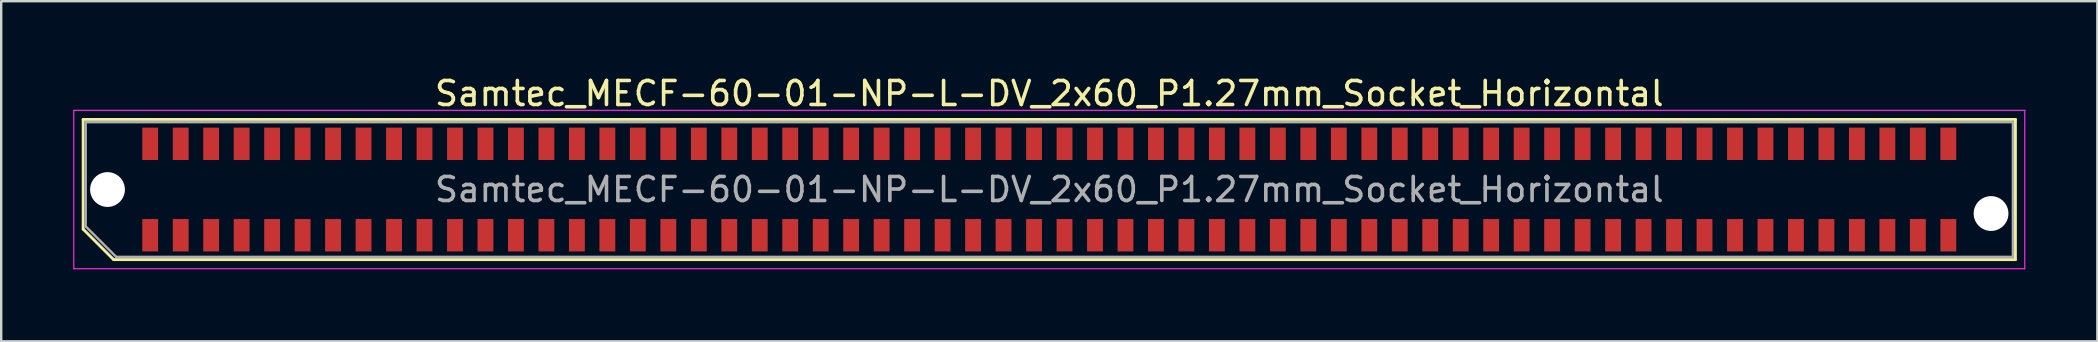
<source format=kicad_pcb>
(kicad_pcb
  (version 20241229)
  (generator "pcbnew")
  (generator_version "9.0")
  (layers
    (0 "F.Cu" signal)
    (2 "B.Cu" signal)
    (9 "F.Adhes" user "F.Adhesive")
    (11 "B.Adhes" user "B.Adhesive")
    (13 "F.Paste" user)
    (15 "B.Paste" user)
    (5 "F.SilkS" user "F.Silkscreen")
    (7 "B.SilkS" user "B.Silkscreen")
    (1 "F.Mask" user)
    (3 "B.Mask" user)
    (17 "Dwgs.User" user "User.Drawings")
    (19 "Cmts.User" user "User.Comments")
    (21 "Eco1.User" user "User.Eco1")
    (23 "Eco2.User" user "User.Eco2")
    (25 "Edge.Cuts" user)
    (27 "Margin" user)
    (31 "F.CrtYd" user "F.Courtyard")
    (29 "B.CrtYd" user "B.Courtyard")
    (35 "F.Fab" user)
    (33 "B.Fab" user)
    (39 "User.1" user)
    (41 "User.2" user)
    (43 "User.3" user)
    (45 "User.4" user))
  (footprint "Samtec_MECF-60-01-NP-L-DV_2x60_P1.27mm_Socket_Horizontal"
    (layer "F.Cu")
    (at 40.675 4.848)
    (property "Reference" "Samtec_MECF-60-01-NP-L-DV_2x60_P1.27mm_Socket_Horizontal" (at 0 -4 0) (layer "F.SilkS") (effects (font (size 1 1) (thickness 0.15))))
    (attr smd)
    (fp_line (start -40.26 -2.92) (end 40.26 -2.92) (stroke (width 0.12) (type solid)) (layer "F.SilkS"))
    (fp_line (start -40.26 1.65) (end -40.26 -2.92) (stroke (width 0.12) (type solid)) (layer "F.SilkS"))
    (fp_line (start -38.99 2.92) (end -40.26 1.65) (stroke (width 0.12) (type solid)) (layer "F.SilkS"))
    (fp_line (start -38.99 2.92) (end 40.26 2.92) (stroke (width 0.12) (type solid)) (layer "F.SilkS"))
    (fp_line (start 40.26 2.92) (end 40.26 -2.92) (stroke (width 0.12) (type solid)) (layer "F.SilkS"))
    (fp_line (start -40.65 -3.3) (end -40.65 3.3) (stroke (width 0.05) (type solid)) (layer "F.CrtYd"))
    (fp_line (start -40.65 3.3) (end 40.65 3.3) (stroke (width 0.05) (type solid)) (layer "F.CrtYd"))
    (fp_line (start 40.65 -3.3) (end -40.65 -3.3) (stroke (width 0.05) (type solid)) (layer "F.CrtYd"))
    (fp_line (start 40.65 3.3) (end 40.65 -3.3) (stroke (width 0.05) (type solid)) (layer "F.CrtYd"))
    (fp_line (start -40.155 -2.805) (end 40.155 -2.805) (stroke (width 0.1) (type solid)) (layer "F.Fab"))
    (fp_line (start -40.155 1.535) (end -40.155 -2.805) (stroke (width 0.1) (type solid)) (layer "F.Fab"))
    (fp_line (start -40.155 1.535) (end -38.885 2.805) (stroke (width 0.1) (type solid)) (layer "F.Fab"))
    (fp_line (start -38.885 2.805) (end 40.155 2.805) (stroke (width 0.1) (type solid)) (layer "F.Fab"))
    (fp_line (start 40.155 2.805) (end 40.155 -2.805) (stroke (width 0.1) (type solid)) (layer "F.Fab"))
    (fp_text user "${REFERENCE}" (at 0 0 0) (layer "F.Fab") (effects (font (size 1 1) (thickness 0.15))))
    (pad "" np_thru_hole circle (at -39.245 0) (size 1.45 1.45) (drill 1.45) (layers "*.Cu" "*.Mask"))
    (pad "" np_thru_hole circle (at 39.245 1) (size 1.45 1.45) (drill 1.45) (layers "*.Cu" "*.Mask"))
    (pad "1" smd rect (at -37.465 1.905) (size 0.66 1.35) (layers "F.Cu" "F.Mask" "F.Paste"))
    (pad "2" smd rect (at -37.465 -1.905) (size 0.66 1.35) (layers "F.Cu" "F.Mask" "F.Paste"))
    (pad "3" smd rect (at -36.195 1.905) (size 0.66 1.35) (layers "F.Cu" "F.Mask" "F.Paste"))
    (pad "4" smd rect (at -36.195 -1.905) (size 0.66 1.35) (layers "F.Cu" "F.Mask" "F.Paste"))
    (pad "5" smd rect (at -34.925 1.905) (size 0.66 1.35) (layers "F.Cu" "F.Mask" "F.Paste"))
    (pad "6" smd rect (at -34.925 -1.905) (size 0.66 1.35) (layers "F.Cu" "F.Mask" "F.Paste"))
    (pad "7" smd rect (at -33.655 1.905) (size 0.66 1.35) (layers "F.Cu" "F.Mask" "F.Paste"))
    (pad "8" smd rect (at -33.655 -1.905) (size 0.66 1.35) (layers "F.Cu" "F.Mask" "F.Paste"))
    (pad "9" smd rect (at -32.385 1.905) (size 0.66 1.35) (layers "F.Cu" "F.Mask" "F.Paste"))
    (pad "10" smd rect (at -32.385 -1.905) (size 0.66 1.35) (layers "F.Cu" "F.Mask" "F.Paste"))
    (pad "11" smd rect (at -31.115 1.905) (size 0.66 1.35) (layers "F.Cu" "F.Mask" "F.Paste"))
    (pad "12" smd rect (at -31.115 -1.905) (size 0.66 1.35) (layers "F.Cu" "F.Mask" "F.Paste"))
    (pad "13" smd rect (at -29.845 1.905) (size 0.66 1.35) (layers "F.Cu" "F.Mask" "F.Paste"))
    (pad "14" smd rect (at -29.845 -1.905) (size 0.66 1.35) (layers "F.Cu" "F.Mask" "F.Paste"))
    (pad "15" smd rect (at -28.575 1.905) (size 0.66 1.35) (layers "F.Cu" "F.Mask" "F.Paste"))
    (pad "16" smd rect (at -28.575 -1.905) (size 0.66 1.35) (layers "F.Cu" "F.Mask" "F.Paste"))
    (pad "17" smd rect (at -27.305 1.905) (size 0.66 1.35) (layers "F.Cu" "F.Mask" "F.Paste"))
    (pad "18" smd rect (at -27.305 -1.905) (size 0.66 1.35) (layers "F.Cu" "F.Mask" "F.Paste"))
    (pad "19" smd rect (at -26.035 1.905) (size 0.66 1.35) (layers "F.Cu" "F.Mask" "F.Paste"))
    (pad "20" smd rect (at -26.035 -1.905) (size 0.66 1.35) (layers "F.Cu" "F.Mask" "F.Paste"))
    (pad "21" smd rect (at -24.765 1.905) (size 0.66 1.35) (layers "F.Cu" "F.Mask" "F.Paste"))
    (pad "22" smd rect (at -24.765 -1.905) (size 0.66 1.35) (layers "F.Cu" "F.Mask" "F.Paste"))
    (pad "23" smd rect (at -23.495 1.905) (size 0.66 1.35) (layers "F.Cu" "F.Mask" "F.Paste"))
    (pad "24" smd rect (at -23.495 -1.905) (size 0.66 1.35) (layers "F.Cu" "F.Mask" "F.Paste"))
    (pad "25" smd rect (at -22.225 1.905) (size 0.66 1.35) (layers "F.Cu" "F.Mask" "F.Paste"))
    (pad "26" smd rect (at -22.225 -1.905) (size 0.66 1.35) (layers "F.Cu" "F.Mask" "F.Paste"))
    (pad "27" smd rect (at -20.955 1.905) (size 0.66 1.35) (layers "F.Cu" "F.Mask" "F.Paste"))
    (pad "28" smd rect (at -20.955 -1.905) (size 0.66 1.35) (layers "F.Cu" "F.Mask" "F.Paste"))
    (pad "29" smd rect (at -19.685 1.905) (size 0.66 1.35) (layers "F.Cu" "F.Mask" "F.Paste"))
    (pad "30" smd rect (at -19.685 -1.905) (size 0.66 1.35) (layers "F.Cu" "F.Mask" "F.Paste"))
    (pad "31" smd rect (at -18.415 1.905) (size 0.66 1.35) (layers "F.Cu" "F.Mask" "F.Paste"))
    (pad "32" smd rect (at -18.415 -1.905) (size 0.66 1.35) (layers "F.Cu" "F.Mask" "F.Paste"))
    (pad "33" smd rect (at -17.145 1.905) (size 0.66 1.35) (layers "F.Cu" "F.Mask" "F.Paste"))
    (pad "34" smd rect (at -17.145 -1.905) (size 0.66 1.35) (layers "F.Cu" "F.Mask" "F.Paste"))
    (pad "35" smd rect (at -15.875 1.905) (size 0.66 1.35) (layers "F.Cu" "F.Mask" "F.Paste"))
    (pad "36" smd rect (at -15.875 -1.905) (size 0.66 1.35) (layers "F.Cu" "F.Mask" "F.Paste"))
    (pad "37" smd rect (at -14.605 1.905) (size 0.66 1.35) (layers "F.Cu" "F.Mask" "F.Paste"))
    (pad "38" smd rect (at -14.605 -1.905) (size 0.66 1.35) (layers "F.Cu" "F.Mask" "F.Paste"))
    (pad "39" smd rect (at -13.335 1.905) (size 0.66 1.35) (layers "F.Cu" "F.Mask" "F.Paste"))
    (pad "40" smd rect (at -13.335 -1.905) (size 0.66 1.35) (layers "F.Cu" "F.Mask" "F.Paste"))
    (pad "41" smd rect (at -12.065 1.905) (size 0.66 1.35) (layers "F.Cu" "F.Mask" "F.Paste"))
    (pad "42" smd rect (at -12.065 -1.905) (size 0.66 1.35) (layers "F.Cu" "F.Mask" "F.Paste"))
    (pad "43" smd rect (at -10.795 1.905) (size 0.66 1.35) (layers "F.Cu" "F.Mask" "F.Paste"))
    (pad "44" smd rect (at -10.795 -1.905) (size 0.66 1.35) (layers "F.Cu" "F.Mask" "F.Paste"))
    (pad "45" smd rect (at -9.525 1.905) (size 0.66 1.35) (layers "F.Cu" "F.Mask" "F.Paste"))
    (pad "46" smd rect (at -9.525 -1.905) (size 0.66 1.35) (layers "F.Cu" "F.Mask" "F.Paste"))
    (pad "47" smd rect (at -8.255 1.905) (size 0.66 1.35) (layers "F.Cu" "F.Mask" "F.Paste"))
    (pad "48" smd rect (at -8.255 -1.905) (size 0.66 1.35) (layers "F.Cu" "F.Mask" "F.Paste"))
    (pad "49" smd rect (at -6.985 1.905) (size 0.66 1.35) (layers "F.Cu" "F.Mask" "F.Paste"))
    (pad "50" smd rect (at -6.985 -1.905) (size 0.66 1.35) (layers "F.Cu" "F.Mask" "F.Paste"))
    (pad "51" smd rect (at -5.715 1.905) (size 0.66 1.35) (layers "F.Cu" "F.Mask" "F.Paste"))
    (pad "52" smd rect (at -5.715 -1.905) (size 0.66 1.35) (layers "F.Cu" "F.Mask" "F.Paste"))
    (pad "53" smd rect (at -4.445 1.905) (size 0.66 1.35) (layers "F.Cu" "F.Mask" "F.Paste"))
    (pad "54" smd rect (at -4.445 -1.905) (size 0.66 1.35) (layers "F.Cu" "F.Mask" "F.Paste"))
    (pad "55" smd rect (at -3.175 1.905) (size 0.66 1.35) (layers "F.Cu" "F.Mask" "F.Paste"))
    (pad "56" smd rect (at -3.175 -1.905) (size 0.66 1.35) (layers "F.Cu" "F.Mask" "F.Paste"))
    (pad "57" smd rect (at -1.905 1.905) (size 0.66 1.35) (layers "F.Cu" "F.Mask" "F.Paste"))
    (pad "58" smd rect (at -1.905 -1.905) (size 0.66 1.35) (layers "F.Cu" "F.Mask" "F.Paste"))
    (pad "59" smd rect (at -0.635 1.905) (size 0.66 1.35) (layers "F.Cu" "F.Mask" "F.Paste"))
    (pad "60" smd rect (at -0.635 -1.905) (size 0.66 1.35) (layers "F.Cu" "F.Mask" "F.Paste"))
    (pad "61" smd rect (at 0.635 1.905) (size 0.66 1.35) (layers "F.Cu" "F.Mask" "F.Paste"))
    (pad "62" smd rect (at 0.635 -1.905) (size 0.66 1.35) (layers "F.Cu" "F.Mask" "F.Paste"))
    (pad "63" smd rect (at 1.905 1.905) (size 0.66 1.35) (layers "F.Cu" "F.Mask" "F.Paste"))
    (pad "64" smd rect (at 1.905 -1.905) (size 0.66 1.35) (layers "F.Cu" "F.Mask" "F.Paste"))
    (pad "65" smd rect (at 3.175 1.905) (size 0.66 1.35) (layers "F.Cu" "F.Mask" "F.Paste"))
    (pad "66" smd rect (at 3.175 -1.905) (size 0.66 1.35) (layers "F.Cu" "F.Mask" "F.Paste"))
    (pad "67" smd rect (at 4.445 1.905) (size 0.66 1.35) (layers "F.Cu" "F.Mask" "F.Paste"))
    (pad "68" smd rect (at 4.445 -1.905) (size 0.66 1.35) (layers "F.Cu" "F.Mask" "F.Paste"))
    (pad "69" smd rect (at 5.715 1.905) (size 0.66 1.35) (layers "F.Cu" "F.Mask" "F.Paste"))
    (pad "70" smd rect (at 5.715 -1.905) (size 0.66 1.35) (layers "F.Cu" "F.Mask" "F.Paste"))
    (pad "71" smd rect (at 6.985 1.905) (size 0.66 1.35) (layers "F.Cu" "F.Mask" "F.Paste"))
    (pad "72" smd rect (at 6.985 -1.905) (size 0.66 1.35) (layers "F.Cu" "F.Mask" "F.Paste"))
    (pad "73" smd rect (at 8.255 1.905) (size 0.66 1.35) (layers "F.Cu" "F.Mask" "F.Paste"))
    (pad "74" smd rect (at 8.255 -1.905) (size 0.66 1.35) (layers "F.Cu" "F.Mask" "F.Paste"))
    (pad "75" smd rect (at 9.525 1.905) (size 0.66 1.35) (layers "F.Cu" "F.Mask" "F.Paste"))
    (pad "76" smd rect (at 9.525 -1.905) (size 0.66 1.35) (layers "F.Cu" "F.Mask" "F.Paste"))
    (pad "77" smd rect (at 10.795 1.905) (size 0.66 1.35) (layers "F.Cu" "F.Mask" "F.Paste"))
    (pad "78" smd rect (at 10.795 -1.905) (size 0.66 1.35) (layers "F.Cu" "F.Mask" "F.Paste"))
    (pad "79" smd rect (at 12.065 1.905) (size 0.66 1.35) (layers "F.Cu" "F.Mask" "F.Paste"))
    (pad "80" smd rect (at 12.065 -1.905) (size 0.66 1.35) (layers "F.Cu" "F.Mask" "F.Paste"))
    (pad "81" smd rect (at 13.335 1.905) (size 0.66 1.35) (layers "F.Cu" "F.Mask" "F.Paste"))
    (pad "82" smd rect (at 13.335 -1.905) (size 0.66 1.35) (layers "F.Cu" "F.Mask" "F.Paste"))
    (pad "83" smd rect (at 14.605 1.905) (size 0.66 1.35) (layers "F.Cu" "F.Mask" "F.Paste"))
    (pad "84" smd rect (at 14.605 -1.905) (size 0.66 1.35) (layers "F.Cu" "F.Mask" "F.Paste"))
    (pad "85" smd rect (at 15.875 1.905) (size 0.66 1.35) (layers "F.Cu" "F.Mask" "F.Paste"))
    (pad "86" smd rect (at 15.875 -1.905) (size 0.66 1.35) (layers "F.Cu" "F.Mask" "F.Paste"))
    (pad "87" smd rect (at 17.145 1.905) (size 0.66 1.35) (layers "F.Cu" "F.Mask" "F.Paste"))
    (pad "88" smd rect (at 17.145 -1.905) (size 0.66 1.35) (layers "F.Cu" "F.Mask" "F.Paste"))
    (pad "89" smd rect (at 18.415 1.905) (size 0.66 1.35) (layers "F.Cu" "F.Mask" "F.Paste"))
    (pad "90" smd rect (at 18.415 -1.905) (size 0.66 1.35) (layers "F.Cu" "F.Mask" "F.Paste"))
    (pad "91" smd rect (at 19.685 1.905) (size 0.66 1.35) (layers "F.Cu" "F.Mask" "F.Paste"))
    (pad "92" smd rect (at 19.685 -1.905) (size 0.66 1.35) (layers "F.Cu" "F.Mask" "F.Paste"))
    (pad "93" smd rect (at 20.955 1.905) (size 0.66 1.35) (layers "F.Cu" "F.Mask" "F.Paste"))
    (pad "94" smd rect (at 20.955 -1.905) (size 0.66 1.35) (layers "F.Cu" "F.Mask" "F.Paste"))
    (pad "95" smd rect (at 22.225 1.905) (size 0.66 1.35) (layers "F.Cu" "F.Mask" "F.Paste"))
    (pad "96" smd rect (at 22.225 -1.905) (size 0.66 1.35) (layers "F.Cu" "F.Mask" "F.Paste"))
    (pad "97" smd rect (at 23.495 1.905) (size 0.66 1.35) (layers "F.Cu" "F.Mask" "F.Paste"))
    (pad "98" smd rect (at 23.495 -1.905) (size 0.66 1.35) (layers "F.Cu" "F.Mask" "F.Paste"))
    (pad "99" smd rect (at 24.765 1.905) (size 0.66 1.35) (layers "F.Cu" "F.Mask" "F.Paste"))
    (pad "100" smd rect (at 24.765 -1.905) (size 0.66 1.35) (layers "F.Cu" "F.Mask" "F.Paste"))
    (pad "101" smd rect (at 26.035 1.905) (size 0.66 1.35) (layers "F.Cu" "F.Mask" "F.Paste"))
    (pad "102" smd rect (at 26.035 -1.905) (size 0.66 1.35) (layers "F.Cu" "F.Mask" "F.Paste"))
    (pad "103" smd rect (at 27.305 1.905) (size 0.66 1.35) (layers "F.Cu" "F.Mask" "F.Paste"))
    (pad "104" smd rect (at 27.305 -1.905) (size 0.66 1.35) (layers "F.Cu" "F.Mask" "F.Paste"))
    (pad "105" smd rect (at 28.575 1.905) (size 0.66 1.35) (layers "F.Cu" "F.Mask" "F.Paste"))
    (pad "106" smd rect (at 28.575 -1.905) (size 0.66 1.35) (layers "F.Cu" "F.Mask" "F.Paste"))
    (pad "107" smd rect (at 29.845 1.905) (size 0.66 1.35) (layers "F.Cu" "F.Mask" "F.Paste"))
    (pad "108" smd rect (at 29.845 -1.905) (size 0.66 1.35) (layers "F.Cu" "F.Mask" "F.Paste"))
    (pad "109" smd rect (at 31.115 1.905) (size 0.66 1.35) (layers "F.Cu" "F.Mask" "F.Paste"))
    (pad "110" smd rect (at 31.115 -1.905) (size 0.66 1.35) (layers "F.Cu" "F.Mask" "F.Paste"))
    (pad "111" smd rect (at 32.385 1.905) (size 0.66 1.35) (layers "F.Cu" "F.Mask" "F.Paste"))
    (pad "112" smd rect (at 32.385 -1.905) (size 0.66 1.35) (layers "F.Cu" "F.Mask" "F.Paste"))
    (pad "113" smd rect (at 33.655 1.905) (size 0.66 1.35) (layers "F.Cu" "F.Mask" "F.Paste"))
    (pad "114" smd rect (at 33.655 -1.905) (size 0.66 1.35) (layers "F.Cu" "F.Mask" "F.Paste"))
    (pad "115" smd rect (at 34.925 1.905) (size 0.66 1.35) (layers "F.Cu" "F.Mask" "F.Paste"))
    (pad "116" smd rect (at 34.925 -1.905) (size 0.66 1.35) (layers "F.Cu" "F.Mask" "F.Paste"))
    (pad "117" smd rect (at 36.195 1.905) (size 0.66 1.35) (layers "F.Cu" "F.Mask" "F.Paste"))
    (pad "118" smd rect (at 36.195 -1.905) (size 0.66 1.35) (layers "F.Cu" "F.Mask" "F.Paste"))
    (pad "119" smd rect (at 37.465 1.905) (size 0.66 1.35) (layers "F.Cu" "F.Mask" "F.Paste"))
    (pad "120" smd rect (at 37.465 -1.905) (size 0.66 1.35) (layers "F.Cu" "F.Mask" "F.Paste")))
  (gr_rect
    (start -3 -3)
    (end 84.35 11.173)
    (stroke (width 0.1) (type default))
    (fill no)
    (layer "Edge.Cuts")))
</source>
